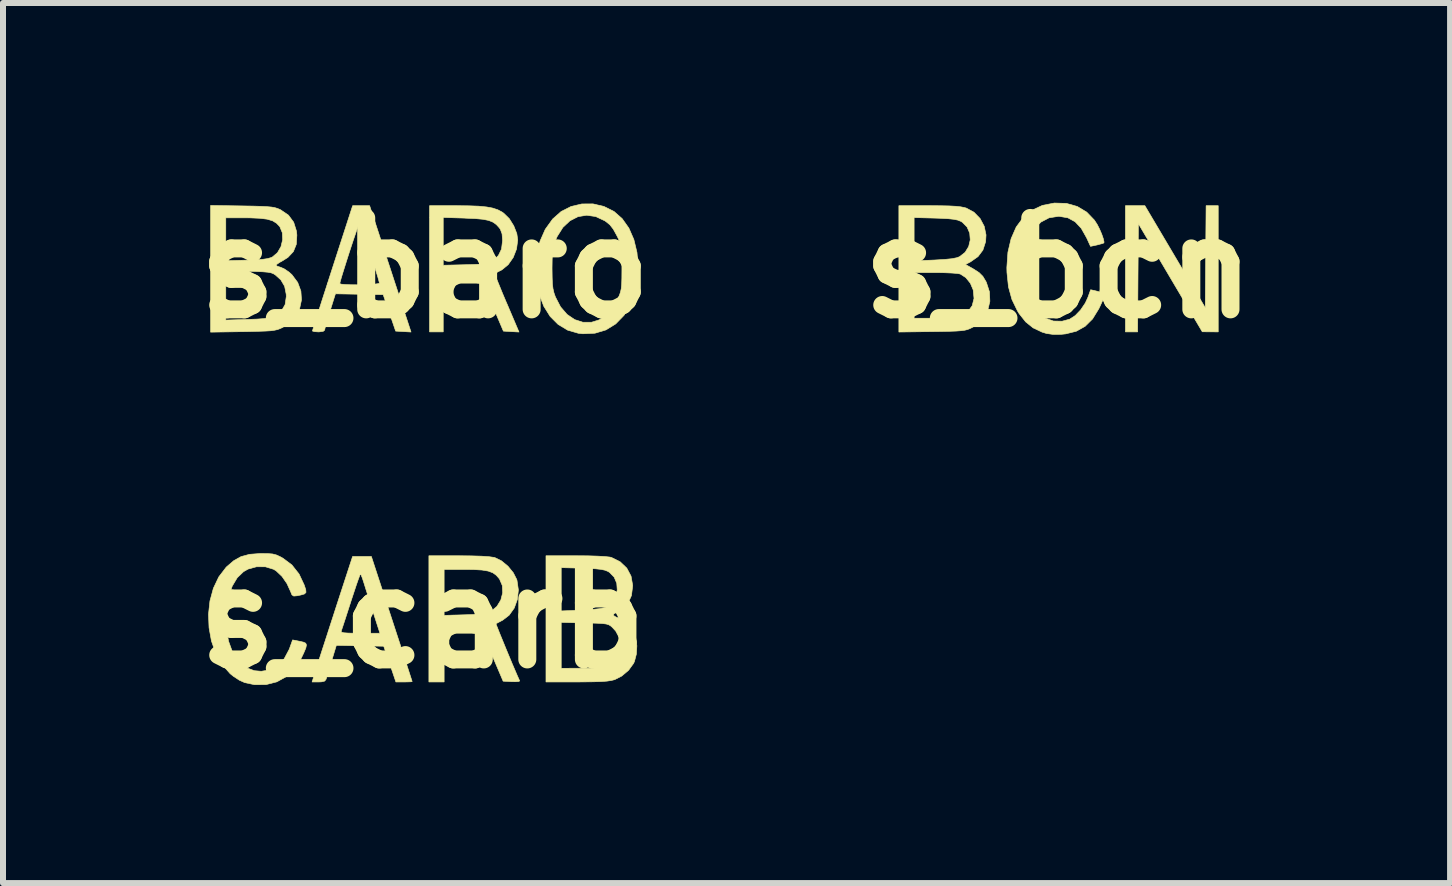
<source format=kicad_pcb>
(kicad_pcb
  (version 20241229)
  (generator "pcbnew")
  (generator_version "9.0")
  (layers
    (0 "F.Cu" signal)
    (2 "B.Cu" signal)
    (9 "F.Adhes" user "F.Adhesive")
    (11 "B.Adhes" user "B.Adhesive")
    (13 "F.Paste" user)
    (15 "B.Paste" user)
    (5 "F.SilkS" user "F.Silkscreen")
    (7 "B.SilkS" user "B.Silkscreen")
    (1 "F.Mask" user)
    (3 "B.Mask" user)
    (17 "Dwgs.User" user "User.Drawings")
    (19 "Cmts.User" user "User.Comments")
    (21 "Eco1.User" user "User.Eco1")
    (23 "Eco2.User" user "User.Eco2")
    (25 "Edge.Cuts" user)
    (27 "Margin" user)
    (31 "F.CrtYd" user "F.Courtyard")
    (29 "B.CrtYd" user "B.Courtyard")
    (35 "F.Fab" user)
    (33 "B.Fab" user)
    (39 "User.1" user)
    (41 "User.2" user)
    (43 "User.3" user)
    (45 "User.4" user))
  (footprint "s_bcn"
    (layer "F.Cu")
    (at 14.597 1.418)
    (property "Reference" "s_bcn" (at 0 0 0) (layer "F.SilkS") (effects (font (size 1.524 1.524) (thickness 0.3))))
    (attr through_hole)
    (fp_poly (pts (xy 2.446 0.662) (xy 2.453 -0.188) (xy 2.46 -1.039) (xy 2.662 -1.039) (xy 2.662 1.065) (xy 2.396 1.063) (xy 1.863 0.162) (xy 1.331 -0.739) (xy 1.324 0.163) (xy 1.318 1.065) (xy 1.115 1.065) (xy 1.115 -1.039) (xy 1.439 -1.039) (xy 2.446 0.662)) (stroke (width 0.01) (type solid)) (fill yes) (layer "F.SilkS"))
    (fp_poly (pts (xy 0.132 -1.077) (xy 0.312 -1.026) (xy 0.469 -0.932) (xy 0.597 -0.799) (xy 0.645 -0.725) (xy 0.684 -0.648) (xy 0.72 -0.564) (xy 0.746 -0.489) (xy 0.758 -0.435) (xy 0.756 -0.418) (xy 0.727 -0.407) (xy 0.667 -0.391) (xy 0.64 -0.384) (xy 0.533 -0.361) (xy 0.468 -0.503) (xy 0.379 -0.661) (xy 0.276 -0.771) (xy 0.155 -0.837) (xy 0.014 -0.861) (xy -0.006 -0.861) (xy -0.158 -0.837) (xy -0.293 -0.766) (xy -0.406 -0.652) (xy -0.496 -0.496) (xy -0.524 -0.423) (xy -0.55 -0.311) (xy -0.567 -0.165) (xy -0.573 -0.003) (xy -0.569 0.162) (xy -0.554 0.311) (xy -0.53 0.43) (xy -0.525 0.448) (xy -0.447 0.614) (xy -0.344 0.744) (xy -0.222 0.835) (xy -0.086 0.884) (xy 0.059 0.887) (xy 0.186 0.853) (xy 0.278 0.793) (xy 0.368 0.699) (xy 0.446 0.584) (xy 0.49 0.488) (xy 0.535 0.362) (xy 0.648 0.388) (xy 0.711 0.407) (xy 0.747 0.432) (xy 0.756 0.472) (xy 0.738 0.536) (xy 0.694 0.632) (xy 0.671 0.68) (xy 0.567 0.849) (xy 0.443 0.972) (xy 0.296 1.054) (xy 0.119 1.098) (xy 0.041 1.106) (xy -0.092 1.107) (xy -0.202 1.091) (xy -0.274 1.069) (xy -0.424 0.998) (xy -0.548 0.898) (xy -0.658 0.759) (xy -0.684 0.717) (xy -0.777 0.525) (xy -0.835 0.314) (xy -0.86 0.074) (xy -0.862 -0.006) (xy -0.844 -0.263) (xy -0.791 -0.489) (xy -0.706 -0.683) (xy -0.589 -0.841) (xy -0.443 -0.963) (xy -0.269 -1.044) (xy -0.07 -1.083) (xy -0.068 -1.083) (xy 0.132 -1.077)) (stroke (width 0.01) (type solid)) (fill yes) (layer "F.SilkS"))
    (fp_poly (pts (xy -1.97 -1.038) (xy -1.824 -1.035) (xy -1.713 -1.029) (xy -1.63 -1.02) (xy -1.566 -1.007) (xy -1.538 -0.999) (xy -1.41 -0.93) (xy -1.308 -0.825) (xy -1.239 -0.695) (xy -1.209 -0.551) (xy -1.216 -0.438) (xy -1.261 -0.299) (xy -1.343 -0.19) (xy -1.467 -0.103) (xy -1.48 -0.096) (xy -1.552 -0.059) (xy -1.412 0.02) (xy -1.323 0.078) (xy -1.262 0.139) (xy -1.211 0.224) (xy -1.203 0.24) (xy -1.152 0.397) (xy -1.145 0.555) (xy -1.18 0.705) (xy -1.254 0.839) (xy -1.365 0.947) (xy -1.432 0.987) (xy -1.475 1.009) (xy -1.516 1.025) (xy -1.563 1.037) (xy -1.623 1.045) (xy -1.704 1.051) (xy -1.814 1.055) (xy -1.961 1.058) (xy -2.11 1.06) (xy -2.662 1.067) (xy -2.662 0.076) (xy -2.408 0.076) (xy -2.408 0.837) (xy -2.066 0.837) (xy -1.904 0.835) (xy -1.784 0.828) (xy -1.695 0.816) (xy -1.629 0.798) (xy -1.623 0.796) (xy -1.511 0.727) (xy -1.44 0.629) (xy -1.409 0.507) (xy -1.423 0.365) (xy -1.47 0.254) (xy -1.546 0.16) (xy -1.637 0.101) (xy -1.639 0.1) (xy -1.687 0.091) (xy -1.774 0.084) (xy -1.889 0.079) (xy -2.021 0.076) (xy -2.055 0.076) (xy -2.408 0.076) (xy -2.662 0.076) (xy -2.662 -0.119) (xy -2.408 -0.119) (xy -2.069 -0.133) (xy -1.902 -0.143) (xy -1.779 -0.155) (xy -1.694 -0.172) (xy -1.65 -0.189) (xy -1.557 -0.262) (xy -1.498 -0.359) (xy -1.472 -0.469) (xy -1.481 -0.581) (xy -1.525 -0.683) (xy -1.604 -0.763) (xy -1.629 -0.778) (xy -1.678 -0.798) (xy -1.745 -0.812) (xy -1.84 -0.822) (xy -1.972 -0.829) (xy -2.06 -0.832) (xy -2.408 -0.841) (xy -2.408 -0.119) (xy -2.662 -0.119) (xy -2.662 -1.039) (xy -2.159 -1.039) (xy -1.97 -1.038)) (stroke (width 0.01) (type solid)) (fill yes) (layer "F.SilkS")))
  (footprint "s_carb"
    (layer "F.Cu")
    (at 3.999 7.254)
    (property "Reference" "s_carb" (at 0 0 0) (layer "F.SilkS") (effects (font (size 1.524 1.524) (thickness 0.3))))
    (attr through_hole)
    (fp_poly (pts (xy 0.808 -1.037) (xy 0.978 -1.032) (xy 1.107 -1.023) (xy 1.19 -1.011) (xy 1.201 -1.008) (xy 1.311 -0.954) (xy 1.419 -0.865) (xy 1.508 -0.756) (xy 1.566 -0.642) (xy 1.57 -0.627) (xy 1.593 -0.468) (xy 1.576 -0.311) (xy 1.524 -0.167) (xy 1.439 -0.048) (xy 1.331 0.035) (xy 1.268 0.068) (xy 1.227 0.09) (xy 1.22 0.094) (xy 1.227 0.117) (xy 1.251 0.178) (xy 1.287 0.269) (xy 1.333 0.381) (xy 1.384 0.506) (xy 1.438 0.636) (xy 1.49 0.761) (xy 1.538 0.873) (xy 1.577 0.964) (xy 1.605 1.026) (xy 1.615 1.047) (xy 1.599 1.057) (xy 1.545 1.061) (xy 1.483 1.06) (xy 1.339 1.052) (xy 1.147 0.602) (xy 0.955 0.152) (xy 0.355 0.152) (xy 0.355 1.065) (xy 0.101 1.065) (xy 0.101 -0.045) (xy 0.355 -0.045) (xy 0.704 -0.055) (xy 0.851 -0.06) (xy 0.959 -0.067) (xy 1.035 -0.077) (xy 1.091 -0.092) (xy 1.137 -0.113) (xy 1.141 -0.115) (xy 1.235 -0.195) (xy 1.3 -0.301) (xy 1.331 -0.421) (xy 1.325 -0.542) (xy 1.279 -0.65) (xy 1.274 -0.657) (xy 1.224 -0.714) (xy 1.165 -0.756) (xy 1.089 -0.784) (xy 0.987 -0.801) (xy 0.85 -0.809) (xy 0.703 -0.811) (xy 0.355 -0.811) (xy 0.355 -0.045) (xy 0.101 -0.045) (xy 0.101 -1.039) (xy 0.599 -1.039) (xy 0.808 -1.037)) (stroke (width 0.01) (type solid)) (fill yes) (layer "F.SilkS"))
    (fp_poly (pts (xy -0.518 0.013) (xy -0.447 0.231) (xy -0.38 0.435) (xy -0.321 0.618) (xy -0.269 0.776) (xy -0.228 0.903) (xy -0.198 0.996) (xy -0.181 1.048) (xy -0.178 1.058) (xy -0.201 1.062) (xy -0.259 1.064) (xy -0.313 1.065) (xy -0.449 1.065) (xy -0.55 0.767) (xy -0.652 0.469) (xy -1.047 0.462) (xy -1.442 0.455) (xy -1.521 0.715) (xy -1.555 0.827) (xy -1.584 0.924) (xy -1.605 0.994) (xy -1.613 1.02) (xy -1.636 1.05) (xy -1.69 1.063) (xy -1.736 1.065) (xy -1.846 1.065) (xy -1.785 0.868) (xy -1.763 0.797) (xy -1.727 0.685) (xy -1.68 0.539) (xy -1.624 0.367) (xy -1.577 0.222) (xy -1.362 0.222) (xy -1.355 0.235) (xy -1.318 0.245) (xy -1.247 0.25) (xy -1.134 0.253) (xy -1.044 0.253) (xy -0.715 0.253) (xy -0.827 -0.095) (xy -0.871 -0.235) (xy -0.914 -0.371) (xy -0.952 -0.489) (xy -0.979 -0.577) (xy -0.983 -0.589) (xy -1.008 -0.666) (xy -1.029 -0.719) (xy -1.039 -0.735) (xy -1.051 -0.712) (xy -1.075 -0.648) (xy -1.109 -0.551) (xy -1.15 -0.427) (xy -1.197 -0.285) (xy -1.201 -0.272) (xy -1.248 -0.126) (xy -1.29 0.004) (xy -1.325 0.111) (xy -1.35 0.186) (xy -1.361 0.221) (xy -1.362 0.222) (xy -1.577 0.222) (xy -1.562 0.175) (xy -1.496 -0.028) (xy -1.448 -0.177) (xy -1.171 -1.027) (xy -0.858 -1.027) (xy -0.518 0.013)) (stroke (width 0.01) (type solid)) (fill yes) (layer "F.SilkS"))
    (fp_poly (pts (xy -2.586 -1.075) (xy -2.506 -1.069) (xy -2.443 -1.053) (xy -2.379 -1.024) (xy -2.332 -0.998) (xy -2.183 -0.886) (xy -2.063 -0.734) (xy -1.978 -0.553) (xy -1.952 -0.475) (xy -1.948 -0.428) (xy -1.974 -0.402) (xy -2.037 -0.384) (xy -2.096 -0.372) (xy -2.152 -0.367) (xy -2.182 -0.387) (xy -2.204 -0.441) (xy -2.265 -0.575) (xy -2.348 -0.695) (xy -2.443 -0.785) (xy -2.487 -0.813) (xy -2.624 -0.855) (xy -2.771 -0.856) (xy -2.913 -0.817) (xy -2.989 -0.774) (xy -3.094 -0.673) (xy -3.177 -0.534) (xy -3.236 -0.369) (xy -3.273 -0.184) (xy -3.285 0.009) (xy -3.274 0.203) (xy -3.238 0.388) (xy -3.177 0.556) (xy -3.091 0.696) (xy -3.06 0.732) (xy -2.942 0.827) (xy -2.81 0.877) (xy -2.694 0.887) (xy -2.546 0.863) (xy -2.418 0.793) (xy -2.311 0.678) (xy -2.227 0.52) (xy -2.213 0.481) (xy -2.171 0.364) (xy -2.048 0.388) (xy -1.988 0.402) (xy -1.952 0.419) (xy -1.94 0.449) (xy -1.951 0.5) (xy -1.985 0.581) (xy -2.031 0.677) (xy -2.137 0.844) (xy -2.273 0.974) (xy -2.434 1.063) (xy -2.614 1.109) (xy -2.807 1.11) (xy -2.969 1.076) (xy -3.06 1.035) (xy -3.16 0.969) (xy -3.212 0.927) (xy -3.347 0.773) (xy -3.451 0.589) (xy -3.524 0.382) (xy -3.564 0.161) (xy -3.573 -0.064) (xy -3.549 -0.286) (xy -3.492 -0.496) (xy -3.402 -0.686) (xy -3.279 -0.847) (xy -3.272 -0.854) (xy -3.152 -0.957) (xy -3.03 -1.025) (xy -2.889 -1.063) (xy -2.717 -1.076) (xy -2.7 -1.076) (xy -2.586 -1.075)) (stroke (width 0.01) (type solid)) (fill yes) (layer "F.SilkS"))
    (fp_poly (pts (xy 2.747 -1.038) (xy 2.909 -1.033) (xy 3.035 -1.026) (xy 3.119 -1.017) (xy 3.146 -1.01) (xy 3.29 -0.938) (xy 3.4 -0.833) (xy 3.471 -0.7) (xy 3.498 -0.547) (xy 3.498 -0.535) (xy 3.478 -0.376) (xy 3.419 -0.245) (xy 3.325 -0.146) (xy 3.242 -0.1) (xy 3.185 -0.071) (xy 3.176 -0.046) (xy 3.215 -0.02) (xy 3.255 -0.004) (xy 3.35 0.051) (xy 3.441 0.14) (xy 3.514 0.246) (xy 3.55 0.334) (xy 3.568 0.462) (xy 3.56 0.6) (xy 3.528 0.723) (xy 3.514 0.754) (xy 3.43 0.87) (xy 3.315 0.967) (xy 3.199 1.026) (xy 3.143 1.04) (xy 3.07 1.051) (xy 2.972 1.058) (xy 2.841 1.062) (xy 2.67 1.064) (xy 2.568 1.065) (xy 2.053 1.065) (xy 2.053 0.837) (xy 2.307 0.837) (xy 2.655 0.836) (xy 2.806 0.835) (xy 2.916 0.83) (xy 2.997 0.821) (xy 3.058 0.807) (xy 3.11 0.787) (xy 3.21 0.719) (xy 3.271 0.623) (xy 3.295 0.493) (xy 3.295 0.469) (xy 3.277 0.332) (xy 3.216 0.217) (xy 3.156 0.152) (xy 3.128 0.128) (xy 3.098 0.111) (xy 3.058 0.099) (xy 2.997 0.091) (xy 2.908 0.086) (xy 2.782 0.082) (xy 2.698 0.081) (xy 2.307 0.072) (xy 2.307 0.837) (xy 2.053 0.837) (xy 2.053 -0.119) (xy 2.307 -0.119) (xy 2.646 -0.133) (xy 2.815 -0.143) (xy 2.94 -0.156) (xy 3.025 -0.173) (xy 3.064 -0.188) (xy 3.156 -0.261) (xy 3.215 -0.358) (xy 3.241 -0.468) (xy 3.233 -0.58) (xy 3.19 -0.682) (xy 3.112 -0.762) (xy 3.086 -0.778) (xy 3.037 -0.798) (xy 2.97 -0.812) (xy 2.875 -0.822) (xy 2.743 -0.829) (xy 2.655 -0.832) (xy 2.307 -0.841) (xy 2.307 -0.119) (xy 2.053 -0.119) (xy 2.053 -1.039) (xy 2.556 -1.039) (xy 2.747 -1.038)) (stroke (width 0.01) (type solid)) (fill yes) (layer "F.SilkS")))
  (footprint "s_baro"
    (layer "F.Cu")
    (at 4.035 1.418)
    (property "Reference" "s_baro" (at 0 0 0) (layer "F.SilkS") (effects (font (size 1.524 1.524) (thickness 0.3))))
    (attr through_hole)
    (fp_poly (pts (xy 0.728 -1.037) (xy 0.895 -1.031) (xy 1.026 -1.018) (xy 1.129 -0.999) (xy 1.213 -0.971) (xy 1.283 -0.934) (xy 1.313 -0.913) (xy 1.405 -0.823) (xy 1.48 -0.703) (xy 1.531 -0.573) (xy 1.546 -0.467) (xy 1.526 -0.317) (xy 1.471 -0.176) (xy 1.387 -0.056) (xy 1.281 0.031) (xy 1.239 0.052) (xy 1.188 0.079) (xy 1.166 0.104) (xy 1.166 0.104) (xy 1.176 0.133) (xy 1.202 0.201) (xy 1.243 0.301) (xy 1.294 0.426) (xy 1.354 0.568) (xy 1.367 0.597) (xy 1.567 1.067) (xy 1.437 1.06) (xy 1.307 1.052) (xy 1.116 0.603) (xy 0.925 0.153) (xy 0.615 0.153) (xy 0.304 0.152) (xy 0.304 1.065) (xy 0.076 1.065) (xy 0.076 -0.046) (xy 0.304 -0.046) (xy 0.678 -0.055) (xy 0.825 -0.059) (xy 0.932 -0.064) (xy 1.006 -0.071) (xy 1.058 -0.082) (xy 1.098 -0.099) (xy 1.134 -0.122) (xy 1.135 -0.122) (xy 1.224 -0.209) (xy 1.276 -0.316) (xy 1.293 -0.455) (xy 1.293 -0.464) (xy 1.285 -0.569) (xy 1.257 -0.644) (xy 1.24 -0.669) (xy 1.19 -0.724) (xy 1.134 -0.764) (xy 1.063 -0.793) (xy 0.968 -0.812) (xy 0.84 -0.824) (xy 0.671 -0.831) (xy 0.665 -0.832) (xy 0.304 -0.843) (xy 0.304 -0.046) (xy 0.076 -0.046) (xy 0.076 -1.039) (xy 0.518 -1.039) (xy 0.728 -1.037)) (stroke (width 0.01) (type solid)) (fill yes) (layer "F.SilkS"))
    (fp_poly (pts (xy -0.867 -0.868) (xy -0.846 -0.804) (xy -0.811 -0.699) (xy -0.765 -0.559) (xy -0.711 -0.391) (xy -0.649 -0.202) (xy -0.582 0.001) (xy -0.522 0.185) (xy -0.233 1.067) (xy -0.489 1.052) (xy -0.593 0.748) (xy -0.697 0.444) (xy -1.095 0.437) (xy -1.493 0.43) (xy -1.583 0.717) (xy -1.618 0.832) (xy -1.647 0.931) (xy -1.666 1.002) (xy -1.673 1.035) (xy -1.696 1.055) (xy -1.758 1.064) (xy -1.774 1.065) (xy -1.838 1.061) (xy -1.873 1.052) (xy -1.876 1.048) (xy -1.868 1.021) (xy -1.847 0.951) (xy -1.813 0.843) (xy -1.768 0.702) (xy -1.714 0.532) (xy -1.652 0.34) (xy -1.626 0.259) (xy -1.421 0.259) (xy -1.421 0.26) (xy -1.397 0.269) (xy -1.334 0.275) (xy -1.243 0.279) (xy -1.136 0.28) (xy -1.025 0.278) (xy -0.92 0.274) (xy -0.834 0.268) (xy -0.777 0.26) (xy -0.76 0.252) (xy -0.768 0.217) (xy -0.788 0.145) (xy -0.819 0.045) (xy -0.856 -0.076) (xy -0.899 -0.208) (xy -0.942 -0.343) (xy -0.985 -0.473) (xy -1.024 -0.588) (xy -1.056 -0.68) (xy -1.079 -0.74) (xy -1.089 -0.76) (xy -1.1 -0.738) (xy -1.123 -0.675) (xy -1.155 -0.581) (xy -1.195 -0.465) (xy -1.238 -0.335) (xy -1.282 -0.199) (xy -1.324 -0.066) (xy -1.362 0.054) (xy -1.393 0.155) (xy -1.413 0.226) (xy -1.421 0.259) (xy -1.626 0.259) (xy -1.584 0.129) (xy -1.541 -0.004) (xy -1.206 -1.039) (xy -0.923 -1.039) (xy -0.867 -0.868)) (stroke (width 0.01) (type solid)) (fill yes) (layer "F.SilkS"))
    (fp_poly (pts (xy 2.984 -1.026) (xy 3.152 -0.942) (xy 3.287 -0.823) (xy 3.399 -0.665) (xy 3.482 -0.475) (xy 3.534 -0.259) (xy 3.553 -0.025) (xy 3.547 0.167) (xy 3.525 0.327) (xy 3.484 0.473) (xy 3.429 0.605) (xy 3.318 0.789) (xy 3.179 0.932) (xy 3.017 1.032) (xy 2.833 1.087) (xy 2.632 1.096) (xy 2.557 1.088) (xy 2.378 1.036) (xy 2.22 0.941) (xy 2.087 0.808) (xy 1.981 0.639) (xy 1.904 0.44) (xy 1.86 0.215) (xy 1.85 0.034) (xy 1.852 0.013) (xy 2.118 0.013) (xy 2.12 0.157) (xy 2.124 0.264) (xy 2.134 0.345) (xy 2.15 0.414) (xy 2.174 0.482) (xy 2.176 0.486) (xy 2.26 0.648) (xy 2.369 0.774) (xy 2.495 0.86) (xy 2.632 0.904) (xy 2.777 0.904) (xy 2.902 0.865) (xy 3.017 0.794) (xy 3.112 0.692) (xy 3.197 0.551) (xy 3.212 0.52) (xy 3.24 0.457) (xy 3.259 0.402) (xy 3.272 0.343) (xy 3.279 0.27) (xy 3.282 0.17) (xy 3.283 0.033) (xy 3.283 -0.000456) (xy 3.282 -0.144) (xy 3.28 -0.249) (xy 3.274 -0.326) (xy 3.263 -0.386) (xy 3.245 -0.44) (xy 3.218 -0.501) (xy 3.198 -0.541) (xy 3.139 -0.648) (xy 3.082 -0.721) (xy 3.011 -0.778) (xy 2.998 -0.787) (xy 2.846 -0.858) (xy 2.695 -0.88) (xy 2.55 -0.856) (xy 2.416 -0.787) (xy 2.299 -0.677) (xy 2.204 -0.526) (xy 2.177 -0.465) (xy 2.152 -0.395) (xy 2.135 -0.327) (xy 2.125 -0.248) (xy 2.12 -0.146) (xy 2.118 -0.007) (xy 2.118 0.013) (xy 1.852 0.013) (xy 1.867 -0.224) (xy 1.918 -0.448) (xy 2.005 -0.645) (xy 2.13 -0.819) (xy 2.131 -0.819) (xy 2.271 -0.943) (xy 2.436 -1.026) (xy 2.615 -1.068) (xy 2.801 -1.069) (xy 2.984 -1.026)) (stroke (width 0.01) (type solid)) (fill yes) (layer "F.SilkS"))
    (fp_poly (pts (xy -3.048 -1.035) (xy -2.87 -1.032) (xy -2.734 -1.028) (xy -2.633 -1.023) (xy -2.558 -1.016) (xy -2.502 -1.006) (xy -2.457 -0.992) (xy -2.414 -0.974) (xy -2.405 -0.969) (xy -2.276 -0.881) (xy -2.189 -0.763) (xy -2.143 -0.616) (xy -2.136 -0.549) (xy -2.145 -0.396) (xy -2.194 -0.274) (xy -2.285 -0.177) (xy -2.364 -0.127) (xy -2.431 -0.089) (xy -2.475 -0.058) (xy -2.484 -0.046) (xy -2.462 -0.03) (xy -2.409 -0.013) (xy -2.405 -0.012) (xy -2.343 0.016) (xy -2.267 0.068) (xy -2.219 0.111) (xy -2.122 0.241) (xy -2.069 0.384) (xy -2.059 0.532) (xy -2.09 0.677) (xy -2.161 0.811) (xy -2.27 0.924) (xy -2.371 0.989) (xy -2.415 1.01) (xy -2.458 1.026) (xy -2.507 1.037) (xy -2.57 1.046) (xy -2.655 1.051) (xy -2.77 1.055) (xy -2.923 1.059) (xy -3.036 1.061) (xy -3.574 1.069) (xy -3.574 0.868) (xy -3.321 0.868) (xy -2.958 0.857) (xy -2.805 0.852) (xy -2.693 0.844) (xy -2.611 0.833) (xy -2.551 0.818) (xy -2.501 0.798) (xy -2.498 0.796) (xy -2.394 0.717) (xy -2.332 0.61) (xy -2.312 0.475) (xy -2.314 0.436) (xy -2.34 0.305) (xy -2.403 0.198) (xy -2.494 0.116) (xy -2.527 0.095) (xy -2.567 0.08) (xy -2.623 0.07) (xy -2.705 0.063) (xy -2.821 0.058) (xy -2.942 0.055) (xy -3.321 0.046) (xy -3.321 0.868) (xy -3.574 0.868) (xy -3.574 -0.837) (xy -3.321 -0.837) (xy -3.321 -0.122) (xy -2.972 -0.131) (xy -2.817 -0.137) (xy -2.704 -0.145) (xy -2.623 -0.157) (xy -2.565 -0.174) (xy -2.542 -0.185) (xy -2.459 -0.256) (xy -2.401 -0.356) (xy -2.373 -0.472) (xy -2.378 -0.587) (xy -2.419 -0.686) (xy -2.422 -0.691) (xy -2.474 -0.746) (xy -2.541 -0.787) (xy -2.631 -0.814) (xy -2.752 -0.829) (xy -2.912 -0.836) (xy -2.992 -0.837) (xy -3.321 -0.837) (xy -3.574 -0.837) (xy -3.574 -1.043) (xy -3.048 -1.035)) (stroke (width 0.01) (type solid)) (fill yes) (layer "F.SilkS")))
  (gr_rect
    (start -3 -3)
    (end 21.124 11.672)
    (stroke (width 0.1) (type default))
    (fill no)
    (layer "Edge.Cuts")))
</source>
